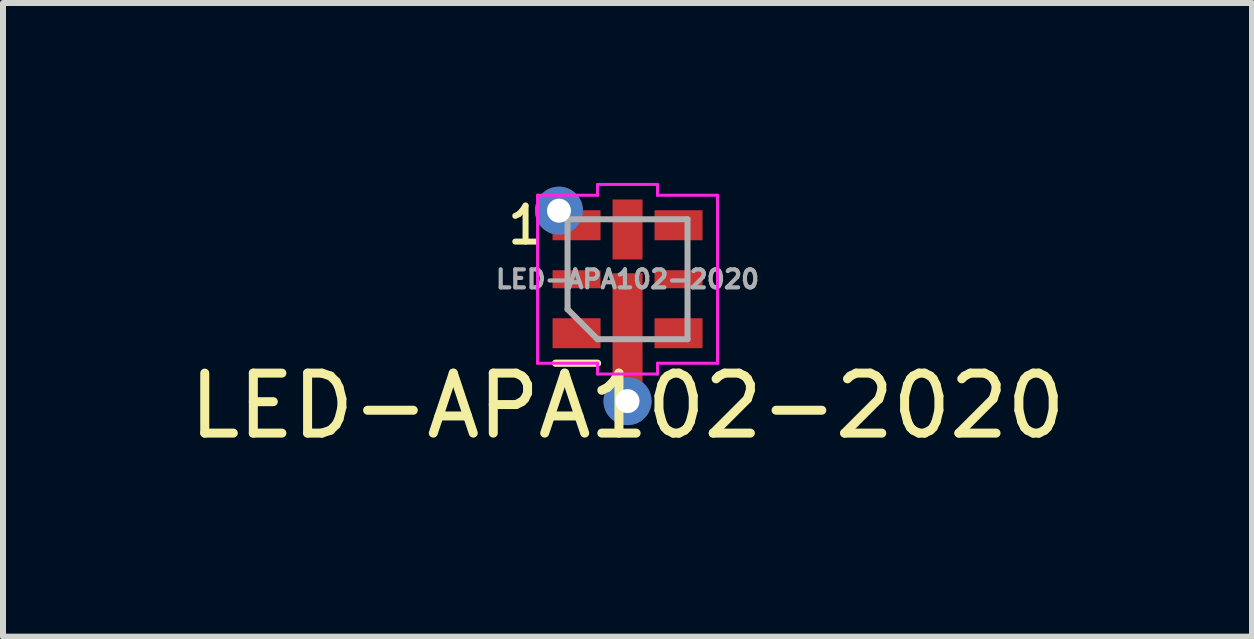
<source format=kicad_pcb>
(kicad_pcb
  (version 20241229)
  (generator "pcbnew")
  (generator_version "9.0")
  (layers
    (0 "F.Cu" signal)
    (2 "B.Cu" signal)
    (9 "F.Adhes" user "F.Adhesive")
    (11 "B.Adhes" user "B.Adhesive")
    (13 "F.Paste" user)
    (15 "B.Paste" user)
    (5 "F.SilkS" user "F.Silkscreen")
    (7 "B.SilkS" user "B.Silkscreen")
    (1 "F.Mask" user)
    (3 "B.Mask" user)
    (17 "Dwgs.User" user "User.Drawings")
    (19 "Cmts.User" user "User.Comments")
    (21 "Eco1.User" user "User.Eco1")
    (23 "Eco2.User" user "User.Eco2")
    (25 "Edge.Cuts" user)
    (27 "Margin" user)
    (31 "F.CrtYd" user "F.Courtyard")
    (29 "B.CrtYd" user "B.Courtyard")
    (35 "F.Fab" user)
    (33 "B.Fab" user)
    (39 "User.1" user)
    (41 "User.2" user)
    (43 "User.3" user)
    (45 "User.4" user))
  (footprint "LED-APA102-2020"
    (layer "F.Cu")
    (at 7.411 1.605)
    (property "Reference" "LED-APA102-2020" (at 0 2.11 0) (layer "F.SilkS") (effects (font (size 1 1) (thickness 0.15))))
    (attr smd)
    (fp_line (start -1.2 1.4) (end -0.5 1.4) (stroke (width 0.12) (type solid)) (layer "F.SilkS"))
    (fp_line (start -1.5 -1.4) (end -1.5 1.4) (stroke (width 0.05) (type solid)) (layer "F.CrtYd"))
    (fp_line (start -1.5 -1.4) (end -0.5 -1.4) (stroke (width 0.05) (type solid)) (layer "F.CrtYd"))
    (fp_line (start -0.5 -1.58) (end 0.5 -1.58) (stroke (width 0.05) (type solid)) (layer "F.CrtYd"))
    (fp_line (start -0.5 -1.4) (end -0.5 -1.58) (stroke (width 0.05) (type solid)) (layer "F.CrtYd"))
    (fp_line (start -0.5 1.4) (end -1.5 1.4) (stroke (width 0.05) (type solid)) (layer "F.CrtYd"))
    (fp_line (start -0.5 1.4) (end -0.5 1.58) (stroke (width 0.05) (type solid)) (layer "F.CrtYd"))
    (fp_line (start -0.5 1.58) (end 0.5 1.58) (stroke (width 0.05) (type solid)) (layer "F.CrtYd"))
    (fp_line (start 0.5 -1.58) (end 0.5 -1.4) (stroke (width 0.05) (type solid)) (layer "F.CrtYd"))
    (fp_line (start 0.5 -1.4) (end 1.5 -1.4) (stroke (width 0.05) (type solid)) (layer "F.CrtYd"))
    (fp_line (start 0.5 1.58) (end 0.5 1.4) (stroke (width 0.05) (type solid)) (layer "F.CrtYd"))
    (fp_line (start 1.5 -1.4) (end 1.5 1.4) (stroke (width 0.05) (type solid)) (layer "F.CrtYd"))
    (fp_line (start 1.5 1.4) (end 0.5 1.4) (stroke (width 0.05) (type solid)) (layer "F.CrtYd"))
    (fp_line (start -1 -1) (end 1 -1) (stroke (width 0.1) (type solid)) (layer "F.Fab"))
    (fp_line (start -1 0.5) (end -1 -1) (stroke (width 0.1) (type solid)) (layer "F.Fab"))
    (fp_line (start -1 0.5) (end -0.5 1) (stroke (width 0.1) (type solid)) (layer "F.Fab"))
    (fp_line (start 1 -1) (end 1 1) (stroke (width 0.1) (type solid)) (layer "F.Fab"))
    (fp_line (start 1 1) (end -0.5 1) (stroke (width 0.1) (type solid)) (layer "F.Fab"))
    (fp_text user "1" (at -1.7 -0.9 0) (layer "F.SilkS") (effects (font (size 0.6 0.6) (thickness 0.1))))
    (fp_text user "${REFERENCE}" (at 0 0 0) (layer "F.Fab") (effects (font (size 0.3 0.3) (thickness 0.07))))
    (pad "1" thru_hole circle (at -1.143 -1.143) (size 0.8 0.8) (drill 0.4) (layers "*.Cu" "*.Mask"))
    (pad "1" smd rect (at -0.85 -0.9) (size 0.8 0.5) (layers "F.Cu" "F.Mask" "F.Paste"))
    (pad "2" smd rect (at -0.85 0) (size 0.8 0.3) (layers "F.Cu" "F.Mask" "F.Paste"))
    (pad "3" smd rect (at -0.85 0.9) (size 0.8 0.5) (layers "F.Cu" "F.Mask" "F.Paste"))
    (pad "4" smd rect (at 0.85 0.9) (size 0.8 0.5) (layers "F.Cu" "F.Mask" "F.Paste"))
    (pad "5" smd rect (at 0.85 0) (size 0.8 0.3) (layers "F.Cu" "F.Mask" "F.Paste"))
    (pad "6" smd rect (at 0 0.99 90) (size 2.18 0.5) (layers "F.Cu" "F.Mask" "F.Paste"))
    (pad "6" thru_hole circle (at 0 2.032) (size 0.8 0.8) (drill 0.4) (layers "*.Cu" "*.Mask"))
    (pad "7" smd rect (at 0.85 -0.9) (size 0.8 0.5) (layers "F.Cu" "F.Mask" "F.Paste"))
    (pad "8" smd rect (at 0 -0.83 90) (size 1 0.5) (layers "F.Cu" "F.Mask" "F.Paste")))
  (gr_rect
    (start -3 -3)
    (end 17.821 7.563)
    (stroke (width 0.1) (type default))
    (fill no)
    (layer "Edge.Cuts")))
</source>
